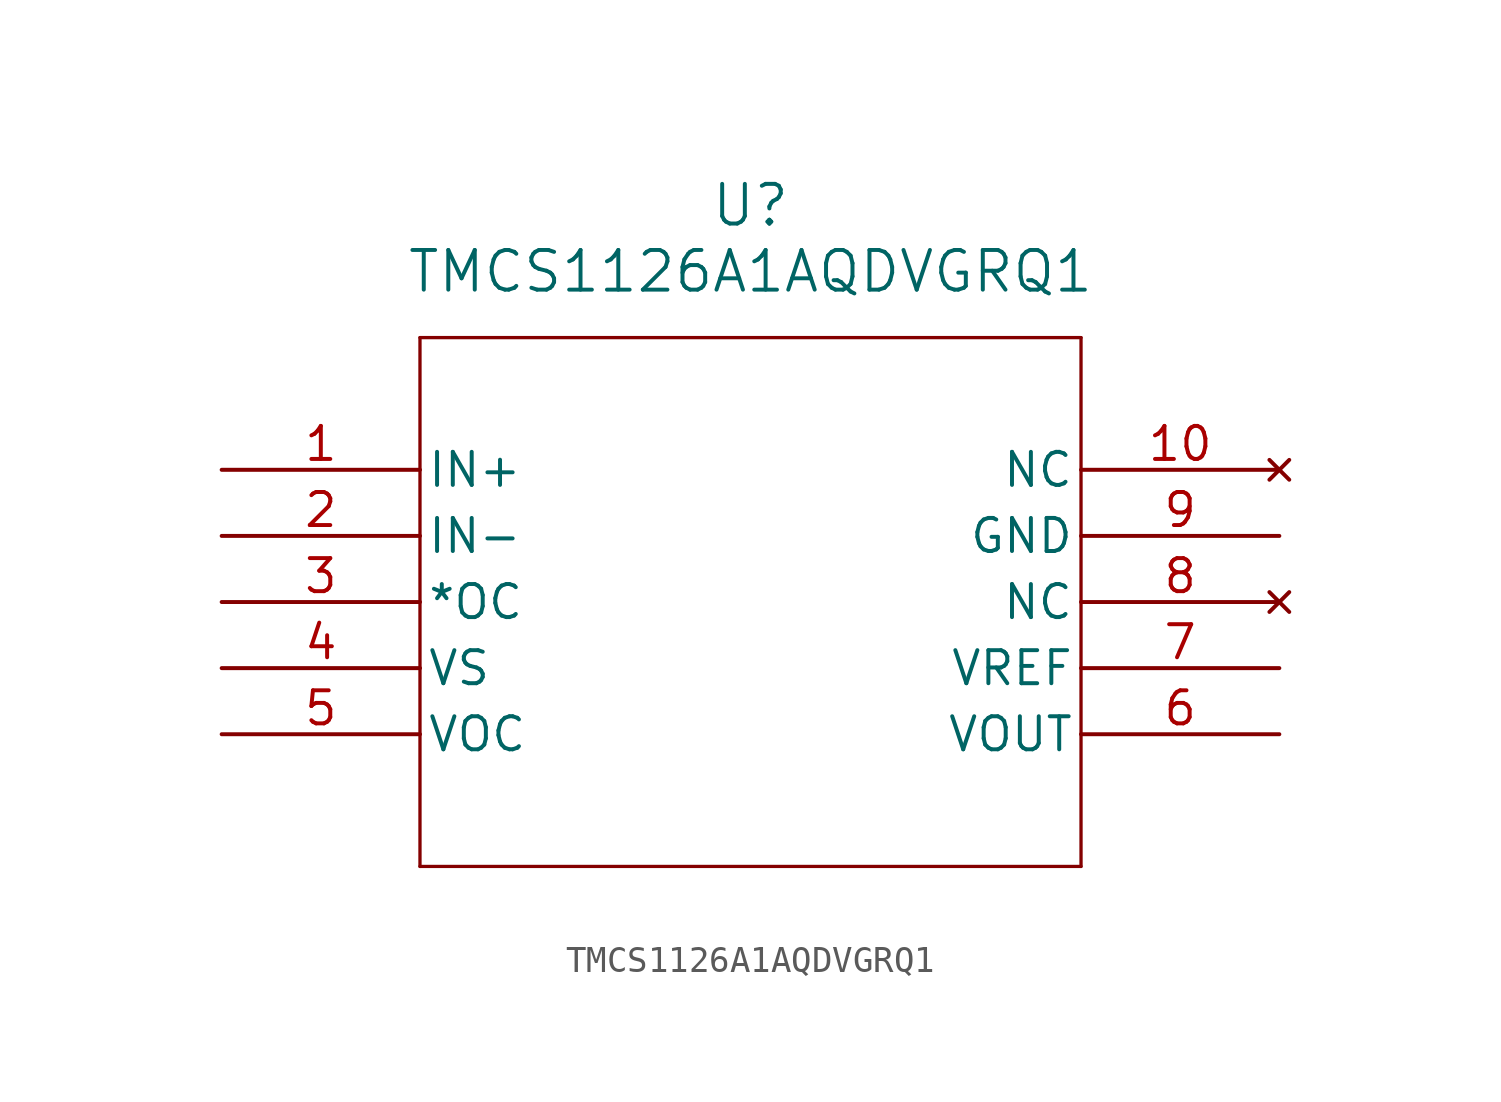
<source format=kicad_sym>
(kicad_symbol_lib
  (version 20211014)
  (generator kicad_symbol_editor)
  (symbol "TMCS1126A1AQDVGRQ1"
    (pin_names
      (offset 0.254))
    (property "Reference" "U"
      (at 20.32 10.16 0)
      (effects (font (size 1.524 1.524))))
    (property "Value" "TMCS1126A1AQDVGRQ1"
      (at 20.32 7.62 0)
      (effects (font (size 1.524 1.524))))
    (symbol "TMCS1126A1AQDVGRQ1_0_1"
      (polyline (pts (xy 7.62 5.08) (xy 7.62 -15.24)) (stroke (width 0.127) (type default) (color 0 0 0 0)) (fill (type none)))
      (polyline (pts (xy 7.62 -15.24) (xy 33.02 -15.24)) (stroke (width 0.127) (type default) (color 0 0 0 0)) (fill (type none)))
      (polyline (pts (xy 33.02 -15.24) (xy 33.02 5.08)) (stroke (width 0.127) (type default) (color 0 0 0 0)) (fill (type none)))
      (polyline (pts (xy 33.02 5.08) (xy 7.62 5.08)) (stroke (width 0.127) (type default) (color 0 0 0 0)) (fill (type none)))
      (pin input line (at 0 0 0) (length 7.62) (name "IN+" (effects (font (size 1.27 1.27)))) (number "1" (effects (font (size 1.27 1.27)))))
      (pin input line (at 0 -2.54 0) (length 7.62) (name "IN-" (effects (font (size 1.27 1.27)))) (number "2" (effects (font (size 1.27 1.27)))))
      (pin output line (at 0 -5.08 0) (length 7.62) (name "*OC" (effects (font (size 1.27 1.27)))) (number "3" (effects (font (size 1.27 1.27)))))
      (pin power_in line (at 0 -7.62 0) (length 7.62) (name "VS" (effects (font (size 1.27 1.27)))) (number "4" (effects (font (size 1.27 1.27)))))
      (pin input line (at 0 -10.16 0) (length 7.62) (name "VOC" (effects (font (size 1.27 1.27)))) (number "5" (effects (font (size 1.27 1.27)))))
      (pin output line (at 40.64 -10.16 180) (length 7.62) (name "VOUT" (effects (font (size 1.27 1.27)))) (number "6" (effects (font (size 1.27 1.27)))))
      (pin output line (at 40.64 -7.62 180) (length 7.62) (name "VREF" (effects (font (size 1.27 1.27)))) (number "7" (effects (font (size 1.27 1.27)))))
      (pin no_connect line (at 40.64 -5.08 180) (length 7.62) (name "NC" (effects (font (size 1.27 1.27)))) (number "8" (effects (font (size 1.27 1.27)))))
      (pin power_out line (at 40.64 -2.54 180) (length 7.62) (name "GND" (effects (font (size 1.27 1.27)))) (number "9" (effects (font (size 1.27 1.27)))))
      (pin no_connect line (at 40.64 0 180) (length 7.62) (name "NC" (effects (font (size 1.27 1.27)))) (number "10" (effects (font (size 1.27 1.27))))))))
</source>
